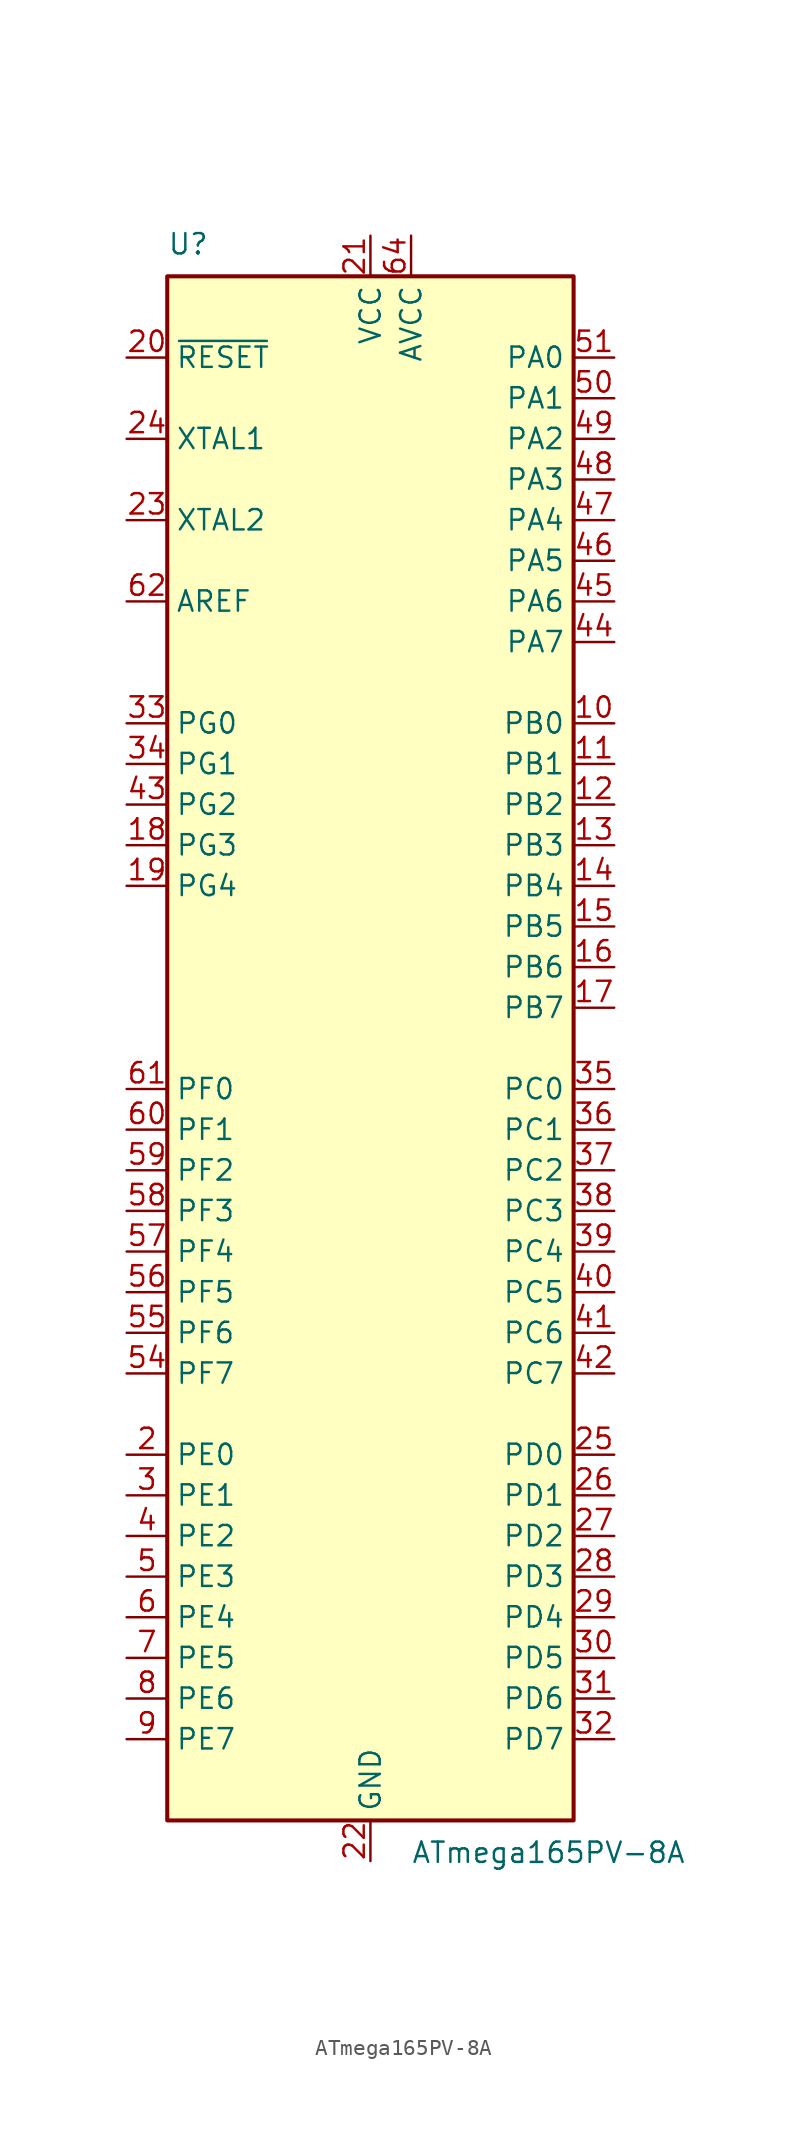
<source format=kicad_sym>
(kicad_symbol_lib
  (version 20201005)
  (generator kicad_symbol_editor)
  (symbol "ATmega165PV-8A"
    (property "Reference" "U"
      (at -12.7 49.53 0)
      (effects (font (size 1.27 1.27)) (justify left bottom)))
    (property "Value" "ATmega165PV-8A"
      (at 2.54 -49.53 0)
      (effects (font (size 1.27 1.27)) (justify left top)))
    (symbol "ATmega165PV-8A_0_1"
      (rectangle (start -12.7 -48.26) (end 12.7 48.26) (stroke (width 0.254)) (fill (type background))))
    (symbol "ATmega165PV-8A_1_1"
      (pin no_connect line (at -12.7 -45.72 0) (length 2.54) hide (name "NC" (effects (font (size 1.27 1.27)))) (number "1" (effects (font (size 1.27 1.27)))))
      (pin bidirectional line (at 15.24 20.32 180) (length 2.54) (name "PB0" (effects (font (size 1.27 1.27)))) (number "10" (effects (font (size 1.27 1.27)))))
      (pin bidirectional line (at 15.24 17.78 180) (length 2.54) (name "PB1" (effects (font (size 1.27 1.27)))) (number "11" (effects (font (size 1.27 1.27)))))
      (pin bidirectional line (at 15.24 15.24 180) (length 2.54) (name "PB2" (effects (font (size 1.27 1.27)))) (number "12" (effects (font (size 1.27 1.27)))))
      (pin bidirectional line (at 15.24 12.7 180) (length 2.54) (name "PB3" (effects (font (size 1.27 1.27)))) (number "13" (effects (font (size 1.27 1.27)))))
      (pin bidirectional line (at 15.24 10.16 180) (length 2.54) (name "PB4" (effects (font (size 1.27 1.27)))) (number "14" (effects (font (size 1.27 1.27)))))
      (pin bidirectional line (at 15.24 7.62 180) (length 2.54) (name "PB5" (effects (font (size 1.27 1.27)))) (number "15" (effects (font (size 1.27 1.27)))))
      (pin bidirectional line (at 15.24 5.08 180) (length 2.54) (name "PB6" (effects (font (size 1.27 1.27)))) (number "16" (effects (font (size 1.27 1.27)))))
      (pin bidirectional line (at 15.24 2.54 180) (length 2.54) (name "PB7" (effects (font (size 1.27 1.27)))) (number "17" (effects (font (size 1.27 1.27)))))
      (pin bidirectional line (at -15.24 12.7 0) (length 2.54) (name "PG3" (effects (font (size 1.27 1.27)))) (number "18" (effects (font (size 1.27 1.27)))))
      (pin bidirectional line (at -15.24 10.16 0) (length 2.54) (name "PG4" (effects (font (size 1.27 1.27)))) (number "19" (effects (font (size 1.27 1.27)))))
      (pin bidirectional line (at -15.24 -25.4 0) (length 2.54) (name "PE0" (effects (font (size 1.27 1.27)))) (number "2" (effects (font (size 1.27 1.27)))))
      (pin input line (at -15.24 43.18 0) (length 2.54) (name "~RESET" (effects (font (size 1.27 1.27)))) (number "20" (effects (font (size 1.27 1.27)))))
      (pin power_in line (at 0 50.8 270) (length 2.54) (name "VCC" (effects (font (size 1.27 1.27)))) (number "21" (effects (font (size 1.27 1.27)))))
      (pin power_in line (at 0 -50.8 90) (length 2.54) (name "GND" (effects (font (size 1.27 1.27)))) (number "22" (effects (font (size 1.27 1.27)))))
      (pin output line (at -15.24 33.02 0) (length 2.54) (name "XTAL2" (effects (font (size 1.27 1.27)))) (number "23" (effects (font (size 1.27 1.27)))))
      (pin input line (at -15.24 38.1 0) (length 2.54) (name "XTAL1" (effects (font (size 1.27 1.27)))) (number "24" (effects (font (size 1.27 1.27)))))
      (pin bidirectional line (at 15.24 -25.4 180) (length 2.54) (name "PD0" (effects (font (size 1.27 1.27)))) (number "25" (effects (font (size 1.27 1.27)))))
      (pin bidirectional line (at 15.24 -27.94 180) (length 2.54) (name "PD1" (effects (font (size 1.27 1.27)))) (number "26" (effects (font (size 1.27 1.27)))))
      (pin bidirectional line (at 15.24 -30.48 180) (length 2.54) (name "PD2" (effects (font (size 1.27 1.27)))) (number "27" (effects (font (size 1.27 1.27)))))
      (pin bidirectional line (at 15.24 -33.02 180) (length 2.54) (name "PD3" (effects (font (size 1.27 1.27)))) (number "28" (effects (font (size 1.27 1.27)))))
      (pin bidirectional line (at 15.24 -35.56 180) (length 2.54) (name "PD4" (effects (font (size 1.27 1.27)))) (number "29" (effects (font (size 1.27 1.27)))))
      (pin bidirectional line (at -15.24 -27.94 0) (length 2.54) (name "PE1" (effects (font (size 1.27 1.27)))) (number "3" (effects (font (size 1.27 1.27)))))
      (pin bidirectional line (at 15.24 -38.1 180) (length 2.54) (name "PD5" (effects (font (size 1.27 1.27)))) (number "30" (effects (font (size 1.27 1.27)))))
      (pin bidirectional line (at 15.24 -40.64 180) (length 2.54) (name "PD6" (effects (font (size 1.27 1.27)))) (number "31" (effects (font (size 1.27 1.27)))))
      (pin bidirectional line (at 15.24 -43.18 180) (length 2.54) (name "PD7" (effects (font (size 1.27 1.27)))) (number "32" (effects (font (size 1.27 1.27)))))
      (pin bidirectional line (at -15.24 20.32 0) (length 2.54) (name "PG0" (effects (font (size 1.27 1.27)))) (number "33" (effects (font (size 1.27 1.27)))))
      (pin bidirectional line (at -15.24 17.78 0) (length 2.54) (name "PG1" (effects (font (size 1.27 1.27)))) (number "34" (effects (font (size 1.27 1.27)))))
      (pin bidirectional line (at 15.24 -2.54 180) (length 2.54) (name "PC0" (effects (font (size 1.27 1.27)))) (number "35" (effects (font (size 1.27 1.27)))))
      (pin bidirectional line (at 15.24 -5.08 180) (length 2.54) (name "PC1" (effects (font (size 1.27 1.27)))) (number "36" (effects (font (size 1.27 1.27)))))
      (pin bidirectional line (at 15.24 -7.62 180) (length 2.54) (name "PC2" (effects (font (size 1.27 1.27)))) (number "37" (effects (font (size 1.27 1.27)))))
      (pin bidirectional line (at 15.24 -10.16 180) (length 2.54) (name "PC3" (effects (font (size 1.27 1.27)))) (number "38" (effects (font (size 1.27 1.27)))))
      (pin bidirectional line (at 15.24 -12.7 180) (length 2.54) (name "PC4" (effects (font (size 1.27 1.27)))) (number "39" (effects (font (size 1.27 1.27)))))
      (pin bidirectional line (at -15.24 -30.48 0) (length 2.54) (name "PE2" (effects (font (size 1.27 1.27)))) (number "4" (effects (font (size 1.27 1.27)))))
      (pin bidirectional line (at 15.24 -15.24 180) (length 2.54) (name "PC5" (effects (font (size 1.27 1.27)))) (number "40" (effects (font (size 1.27 1.27)))))
      (pin bidirectional line (at 15.24 -17.78 180) (length 2.54) (name "PC6" (effects (font (size 1.27 1.27)))) (number "41" (effects (font (size 1.27 1.27)))))
      (pin bidirectional line (at 15.24 -20.32 180) (length 2.54) (name "PC7" (effects (font (size 1.27 1.27)))) (number "42" (effects (font (size 1.27 1.27)))))
      (pin bidirectional line (at -15.24 15.24 0) (length 2.54) (name "PG2" (effects (font (size 1.27 1.27)))) (number "43" (effects (font (size 1.27 1.27)))))
      (pin bidirectional line (at 15.24 25.4 180) (length 2.54) (name "PA7" (effects (font (size 1.27 1.27)))) (number "44" (effects (font (size 1.27 1.27)))))
      (pin bidirectional line (at 15.24 27.94 180) (length 2.54) (name "PA6" (effects (font (size 1.27 1.27)))) (number "45" (effects (font (size 1.27 1.27)))))
      (pin bidirectional line (at 15.24 30.48 180) (length 2.54) (name "PA5" (effects (font (size 1.27 1.27)))) (number "46" (effects (font (size 1.27 1.27)))))
      (pin bidirectional line (at 15.24 33.02 180) (length 2.54) (name "PA4" (effects (font (size 1.27 1.27)))) (number "47" (effects (font (size 1.27 1.27)))))
      (pin bidirectional line (at 15.24 35.56 180) (length 2.54) (name "PA3" (effects (font (size 1.27 1.27)))) (number "48" (effects (font (size 1.27 1.27)))))
      (pin bidirectional line (at 15.24 38.1 180) (length 2.54) (name "PA2" (effects (font (size 1.27 1.27)))) (number "49" (effects (font (size 1.27 1.27)))))
      (pin bidirectional line (at -15.24 -33.02 0) (length 2.54) (name "PE3" (effects (font (size 1.27 1.27)))) (number "5" (effects (font (size 1.27 1.27)))))
      (pin bidirectional line (at 15.24 40.64 180) (length 2.54) (name "PA1" (effects (font (size 1.27 1.27)))) (number "50" (effects (font (size 1.27 1.27)))))
      (pin bidirectional line (at 15.24 43.18 180) (length 2.54) (name "PA0" (effects (font (size 1.27 1.27)))) (number "51" (effects (font (size 1.27 1.27)))))
      (pin passive line (at 0 50.8 270) (length 2.54) hide (name "VCC" (effects (font (size 1.27 1.27)))) (number "52" (effects (font (size 1.27 1.27)))))
      (pin passive line (at 0 -50.8 90) (length 2.54) hide (name "GND" (effects (font (size 1.27 1.27)))) (number "53" (effects (font (size 1.27 1.27)))))
      (pin bidirectional line (at -15.24 -20.32 0) (length 2.54) (name "PF7" (effects (font (size 1.27 1.27)))) (number "54" (effects (font (size 1.27 1.27)))))
      (pin bidirectional line (at -15.24 -17.78 0) (length 2.54) (name "PF6" (effects (font (size 1.27 1.27)))) (number "55" (effects (font (size 1.27 1.27)))))
      (pin bidirectional line (at -15.24 -15.24 0) (length 2.54) (name "PF5" (effects (font (size 1.27 1.27)))) (number "56" (effects (font (size 1.27 1.27)))))
      (pin bidirectional line (at -15.24 -12.7 0) (length 2.54) (name "PF4" (effects (font (size 1.27 1.27)))) (number "57" (effects (font (size 1.27 1.27)))))
      (pin bidirectional line (at -15.24 -10.16 0) (length 2.54) (name "PF3" (effects (font (size 1.27 1.27)))) (number "58" (effects (font (size 1.27 1.27)))))
      (pin bidirectional line (at -15.24 -7.62 0) (length 2.54) (name "PF2" (effects (font (size 1.27 1.27)))) (number "59" (effects (font (size 1.27 1.27)))))
      (pin bidirectional line (at -15.24 -35.56 0) (length 2.54) (name "PE4" (effects (font (size 1.27 1.27)))) (number "6" (effects (font (size 1.27 1.27)))))
      (pin bidirectional line (at -15.24 -5.08 0) (length 2.54) (name "PF1" (effects (font (size 1.27 1.27)))) (number "60" (effects (font (size 1.27 1.27)))))
      (pin bidirectional line (at -15.24 -2.54 0) (length 2.54) (name "PF0" (effects (font (size 1.27 1.27)))) (number "61" (effects (font (size 1.27 1.27)))))
      (pin passive line (at -15.24 27.94 0) (length 2.54) (name "AREF" (effects (font (size 1.27 1.27)))) (number "62" (effects (font (size 1.27 1.27)))))
      (pin passive line (at 0 -50.8 90) (length 2.54) hide (name "GND" (effects (font (size 1.27 1.27)))) (number "63" (effects (font (size 1.27 1.27)))))
      (pin power_in line (at 2.54 50.8 270) (length 2.54) (name "AVCC" (effects (font (size 1.27 1.27)))) (number "64" (effects (font (size 1.27 1.27)))))
      (pin bidirectional line (at -15.24 -38.1 0) (length 2.54) (name "PE5" (effects (font (size 1.27 1.27)))) (number "7" (effects (font (size 1.27 1.27)))))
      (pin bidirectional line (at -15.24 -40.64 0) (length 2.54) (name "PE6" (effects (font (size 1.27 1.27)))) (number "8" (effects (font (size 1.27 1.27)))))
      (pin bidirectional line (at -15.24 -43.18 0) (length 2.54) (name "PE7" (effects (font (size 1.27 1.27)))) (number "9" (effects (font (size 1.27 1.27))))))))
</source>
